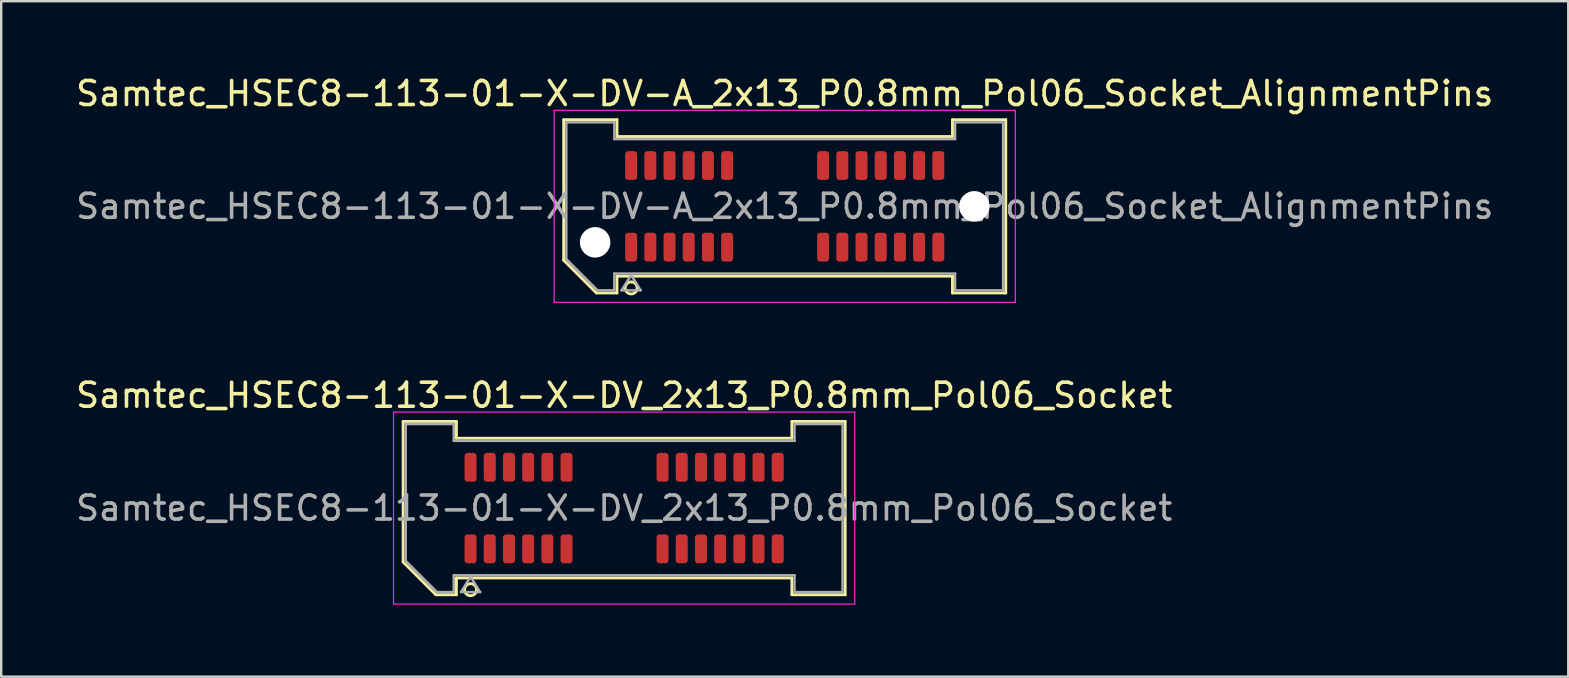
<source format=kicad_pcb>
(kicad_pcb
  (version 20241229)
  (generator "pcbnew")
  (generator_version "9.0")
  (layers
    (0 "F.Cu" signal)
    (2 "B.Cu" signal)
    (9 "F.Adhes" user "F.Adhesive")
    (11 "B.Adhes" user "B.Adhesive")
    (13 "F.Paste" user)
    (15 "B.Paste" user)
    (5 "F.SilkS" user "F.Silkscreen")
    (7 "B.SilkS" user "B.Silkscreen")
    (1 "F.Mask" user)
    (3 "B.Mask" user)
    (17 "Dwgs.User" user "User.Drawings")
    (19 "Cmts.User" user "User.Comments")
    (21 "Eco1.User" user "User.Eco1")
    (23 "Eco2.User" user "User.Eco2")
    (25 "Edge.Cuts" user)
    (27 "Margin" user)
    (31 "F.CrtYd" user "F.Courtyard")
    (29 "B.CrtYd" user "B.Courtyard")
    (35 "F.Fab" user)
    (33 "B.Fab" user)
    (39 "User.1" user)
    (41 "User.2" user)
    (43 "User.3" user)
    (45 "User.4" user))
  (footprint "Samtec_HSEC8-113-01-X-DV-A_2x13_P0.8mm_Pol06_Socket_AlignmentPins"
    (layer "F.Cu")
    (at 29.649 5.548)
    (property "Reference" "Samtec_HSEC8-113-01-X-DV-A_2x13_P0.8mm_Pol06_Socket_AlignmentPins" (at 0 -4.7 0) (layer "F.SilkS") (effects (font (size 1 1) (thickness 0.15))))
    (attr smd)
    (fp_line (start -9.21 -3.61) (end -6.99 -3.61) (stroke (width 0.12) (type solid)) (layer "F.SilkS"))
    (fp_line (start -9.21 2.246) (end -9.21 -3.61) (stroke (width 0.12) (type solid)) (layer "F.SilkS"))
    (fp_line (start -7.846 3.61) (end -9.21 2.246) (stroke (width 0.12) (type solid)) (layer "F.SilkS"))
    (fp_line (start -6.99 -3.61) (end -6.99 -2.91) (stroke (width 0.12) (type solid)) (layer "F.SilkS"))
    (fp_line (start -6.99 -2.91) (end 6.99 -2.91) (stroke (width 0.12) (type solid)) (layer "F.SilkS"))
    (fp_line (start -6.99 2.91) (end -6.99 3.61) (stroke (width 0.12) (type solid)) (layer "F.SilkS"))
    (fp_line (start -6.99 3.61) (end -7.846 3.61) (stroke (width 0.12) (type solid)) (layer "F.SilkS"))
    (fp_line (start 6.99 -3.61) (end 9.21 -3.61) (stroke (width 0.12) (type solid)) (layer "F.SilkS"))
    (fp_line (start 6.99 -2.91) (end 6.99 -3.61) (stroke (width 0.12) (type solid)) (layer "F.SilkS"))
    (fp_line (start 6.99 2.91) (end -6.99 2.91) (stroke (width 0.12) (type solid)) (layer "F.SilkS"))
    (fp_line (start 6.99 3.61) (end 6.99 2.91) (stroke (width 0.12) (type solid)) (layer "F.SilkS"))
    (fp_line (start 9.21 -3.61) (end 9.21 3.61) (stroke (width 0.12) (type solid)) (layer "F.SilkS"))
    (fp_line (start 9.21 3.61) (end 6.99 3.61) (stroke (width 0.12) (type solid)) (layer "F.SilkS"))
    (fp_circle (center -6.4 3.4) (end -6.15 3.4) (stroke (width 0.12) (type solid)) (fill no) (layer "F.SilkS"))
    (fp_line (start -9.61 -4) (end -9.61 4) (stroke (width 0.05) (type solid)) (layer "F.CrtYd"))
    (fp_line (start -9.61 4) (end 9.61 4) (stroke (width 0.05) (type solid)) (layer "F.CrtYd"))
    (fp_line (start 9.61 -4) (end -9.61 -4) (stroke (width 0.05) (type solid)) (layer "F.CrtYd"))
    (fp_line (start 9.61 4) (end 9.61 -4) (stroke (width 0.05) (type solid)) (layer "F.CrtYd"))
    (fp_line (start -9.1 -3.5) (end -7.1 -3.5) (stroke (width 0.1) (type solid)) (layer "F.Fab"))
    (fp_line (start -9.1 2.2) (end -9.1 -3.5) (stroke (width 0.1) (type solid)) (layer "F.Fab"))
    (fp_line (start -7.8 3.5) (end -9.1 2.2) (stroke (width 0.1) (type solid)) (layer "F.Fab"))
    (fp_line (start -7.1 -3.5) (end -7.1 -2.8) (stroke (width 0.1) (type solid)) (layer "F.Fab"))
    (fp_line (start -7.1 -2.8) (end 7.1 -2.8) (stroke (width 0.1) (type solid)) (layer "F.Fab"))
    (fp_line (start -7.1 2.8) (end -7.1 3.5) (stroke (width 0.1) (type solid)) (layer "F.Fab"))
    (fp_line (start -7.1 3.5) (end -7.8 3.5) (stroke (width 0.1) (type solid)) (layer "F.Fab"))
    (fp_line (start -6.8 3.5) (end -6.4 2.86) (stroke (width 0.1) (type solid)) (layer "F.Fab"))
    (fp_line (start -6.4 2.86) (end -6 3.5) (stroke (width 0.1) (type solid)) (layer "F.Fab"))
    (fp_line (start -6 3.5) (end -6.8 3.5) (stroke (width 0.1) (type solid)) (layer "F.Fab"))
    (fp_line (start 7.1 -3.5) (end 9.1 -3.5) (stroke (width 0.1) (type solid)) (layer "F.Fab"))
    (fp_line (start 7.1 -2.8) (end 7.1 -3.5) (stroke (width 0.1) (type solid)) (layer "F.Fab"))
    (fp_line (start 7.1 2.8) (end -7.1 2.8) (stroke (width 0.1) (type solid)) (layer "F.Fab"))
    (fp_line (start 7.1 3.5) (end 7.1 2.8) (stroke (width 0.1) (type solid)) (layer "F.Fab"))
    (fp_line (start 9.1 -3.5) (end 9.1 3.5) (stroke (width 0.1) (type solid)) (layer "F.Fab"))
    (fp_line (start 9.1 3.5) (end 7.1 3.5) (stroke (width 0.1) (type solid)) (layer "F.Fab"))
    (fp_text user "${REFERENCE}" (at 0 0 0) (layer "F.Fab") (effects (font (size 1 1) (thickness 0.15))))
    (pad "" np_thru_hole circle (at -7.9 1.5) (size 1.27 1.27) (drill 1.27) (layers "*.Cu" "*.Mask"))
    (pad "" np_thru_hole circle (at 7.9 0) (size 1.27 1.27) (drill 1.27) (layers "*.Cu" "*.Mask"))
    (pad "1" smd roundrect (at -6.4 1.7) (size 0.5 1.2) (layers "F.Cu" "F.Mask" "F.Paste") (roundrect_rratio 0.25))
    (pad "2" smd roundrect (at -6.4 -1.7) (size 0.5 1.2) (layers "F.Cu" "F.Mask" "F.Paste") (roundrect_rratio 0.25))
    (pad "3" smd roundrect (at -5.6 1.7) (size 0.5 1.2) (layers "F.Cu" "F.Mask" "F.Paste") (roundrect_rratio 0.25))
    (pad "4" smd roundrect (at -5.6 -1.7) (size 0.5 1.2) (layers "F.Cu" "F.Mask" "F.Paste") (roundrect_rratio 0.25))
    (pad "5" smd roundrect (at -4.8 1.7) (size 0.5 1.2) (layers "F.Cu" "F.Mask" "F.Paste") (roundrect_rratio 0.25))
    (pad "6" smd roundrect (at -4.8 -1.7) (size 0.5 1.2) (layers "F.Cu" "F.Mask" "F.Paste") (roundrect_rratio 0.25))
    (pad "7" smd roundrect (at -4 1.7) (size 0.5 1.2) (layers "F.Cu" "F.Mask" "F.Paste") (roundrect_rratio 0.25))
    (pad "8" smd roundrect (at -4 -1.7) (size 0.5 1.2) (layers "F.Cu" "F.Mask" "F.Paste") (roundrect_rratio 0.25))
    (pad "9" smd roundrect (at -3.2 1.7) (size 0.5 1.2) (layers "F.Cu" "F.Mask" "F.Paste") (roundrect_rratio 0.25))
    (pad "10" smd roundrect (at -3.2 -1.7) (size 0.5 1.2) (layers "F.Cu" "F.Mask" "F.Paste") (roundrect_rratio 0.25))
    (pad "11" smd roundrect (at -2.4 1.7) (size 0.5 1.2) (layers "F.Cu" "F.Mask" "F.Paste") (roundrect_rratio 0.25))
    (pad "12" smd roundrect (at -2.4 -1.7) (size 0.5 1.2) (layers "F.Cu" "F.Mask" "F.Paste") (roundrect_rratio 0.25))
    (pad "13" smd roundrect (at 1.6 1.7) (size 0.5 1.2) (layers "F.Cu" "F.Mask" "F.Paste") (roundrect_rratio 0.25))
    (pad "14" smd roundrect (at 1.6 -1.7) (size 0.5 1.2) (layers "F.Cu" "F.Mask" "F.Paste") (roundrect_rratio 0.25))
    (pad "15" smd roundrect (at 2.4 1.7) (size 0.5 1.2) (layers "F.Cu" "F.Mask" "F.Paste") (roundrect_rratio 0.25))
    (pad "16" smd roundrect (at 2.4 -1.7) (size 0.5 1.2) (layers "F.Cu" "F.Mask" "F.Paste") (roundrect_rratio 0.25))
    (pad "17" smd roundrect (at 3.2 1.7) (size 0.5 1.2) (layers "F.Cu" "F.Mask" "F.Paste") (roundrect_rratio 0.25))
    (pad "18" smd roundrect (at 3.2 -1.7) (size 0.5 1.2) (layers "F.Cu" "F.Mask" "F.Paste") (roundrect_rratio 0.25))
    (pad "19" smd roundrect (at 4 1.7) (size 0.5 1.2) (layers "F.Cu" "F.Mask" "F.Paste") (roundrect_rratio 0.25))
    (pad "20" smd roundrect (at 4 -1.7) (size 0.5 1.2) (layers "F.Cu" "F.Mask" "F.Paste") (roundrect_rratio 0.25))
    (pad "21" smd roundrect (at 4.8 1.7) (size 0.5 1.2) (layers "F.Cu" "F.Mask" "F.Paste") (roundrect_rratio 0.25))
    (pad "22" smd roundrect (at 4.8 -1.7) (size 0.5 1.2) (layers "F.Cu" "F.Mask" "F.Paste") (roundrect_rratio 0.25))
    (pad "23" smd roundrect (at 5.6 1.7) (size 0.5 1.2) (layers "F.Cu" "F.Mask" "F.Paste") (roundrect_rratio 0.25))
    (pad "24" smd roundrect (at 5.6 -1.7) (size 0.5 1.2) (layers "F.Cu" "F.Mask" "F.Paste") (roundrect_rratio 0.25))
    (pad "25" smd roundrect (at 6.4 1.7) (size 0.5 1.2) (layers "F.Cu" "F.Mask" "F.Paste") (roundrect_rratio 0.25))
    (pad "26" smd roundrect (at 6.4 -1.7) (size 0.5 1.2) (layers "F.Cu" "F.Mask" "F.Paste") (roundrect_rratio 0.25)))
  (footprint "Samtec_HSEC8-113-01-X-DV_2x13_P0.8mm_Pol06_Socket"
    (layer "F.Cu")
    (at 22.958 18.122)
    (property "Reference" "Samtec_HSEC8-113-01-X-DV_2x13_P0.8mm_Pol06_Socket" (at 0 -4.7 0) (layer "F.SilkS") (effects (font (size 1 1) (thickness 0.15))))
    (attr smd)
    (fp_line (start -9.21 -3.61) (end -6.99 -3.61) (stroke (width 0.12) (type solid)) (layer "F.SilkS"))
    (fp_line (start -9.21 2.246) (end -9.21 -3.61) (stroke (width 0.12) (type solid)) (layer "F.SilkS"))
    (fp_line (start -7.846 3.61) (end -9.21 2.246) (stroke (width 0.12) (type solid)) (layer "F.SilkS"))
    (fp_line (start -6.99 -3.61) (end -6.99 -2.91) (stroke (width 0.12) (type solid)) (layer "F.SilkS"))
    (fp_line (start -6.99 -2.91) (end 6.99 -2.91) (stroke (width 0.12) (type solid)) (layer "F.SilkS"))
    (fp_line (start -6.99 2.91) (end -6.99 3.61) (stroke (width 0.12) (type solid)) (layer "F.SilkS"))
    (fp_line (start -6.99 3.61) (end -7.846 3.61) (stroke (width 0.12) (type solid)) (layer "F.SilkS"))
    (fp_line (start 6.99 -3.61) (end 9.21 -3.61) (stroke (width 0.12) (type solid)) (layer "F.SilkS"))
    (fp_line (start 6.99 -2.91) (end 6.99 -3.61) (stroke (width 0.12) (type solid)) (layer "F.SilkS"))
    (fp_line (start 6.99 2.91) (end -6.99 2.91) (stroke (width 0.12) (type solid)) (layer "F.SilkS"))
    (fp_line (start 6.99 3.61) (end 6.99 2.91) (stroke (width 0.12) (type solid)) (layer "F.SilkS"))
    (fp_line (start 9.21 -3.61) (end 9.21 3.61) (stroke (width 0.12) (type solid)) (layer "F.SilkS"))
    (fp_line (start 9.21 3.61) (end 6.99 3.61) (stroke (width 0.12) (type solid)) (layer "F.SilkS"))
    (fp_circle (center -6.4 3.4) (end -6.15 3.4) (stroke (width 0.12) (type solid)) (fill no) (layer "F.SilkS"))
    (fp_line (start -9.61 -4) (end -9.61 4) (stroke (width 0.05) (type solid)) (layer "F.CrtYd"))
    (fp_line (start -9.61 4) (end 9.61 4) (stroke (width 0.05) (type solid)) (layer "F.CrtYd"))
    (fp_line (start 9.61 -4) (end -9.61 -4) (stroke (width 0.05) (type solid)) (layer "F.CrtYd"))
    (fp_line (start 9.61 4) (end 9.61 -4) (stroke (width 0.05) (type solid)) (layer "F.CrtYd"))
    (fp_line (start -9.1 -3.5) (end -7.1 -3.5) (stroke (width 0.1) (type solid)) (layer "F.Fab"))
    (fp_line (start -9.1 2.2) (end -9.1 -3.5) (stroke (width 0.1) (type solid)) (layer "F.Fab"))
    (fp_line (start -7.8 3.5) (end -9.1 2.2) (stroke (width 0.1) (type solid)) (layer "F.Fab"))
    (fp_line (start -7.1 -3.5) (end -7.1 -2.8) (stroke (width 0.1) (type solid)) (layer "F.Fab"))
    (fp_line (start -7.1 -2.8) (end 7.1 -2.8) (stroke (width 0.1) (type solid)) (layer "F.Fab"))
    (fp_line (start -7.1 2.8) (end -7.1 3.5) (stroke (width 0.1) (type solid)) (layer "F.Fab"))
    (fp_line (start -7.1 3.5) (end -7.8 3.5) (stroke (width 0.1) (type solid)) (layer "F.Fab"))
    (fp_line (start -6.8 3.5) (end -6.4 2.86) (stroke (width 0.1) (type solid)) (layer "F.Fab"))
    (fp_line (start -6.4 2.86) (end -6 3.5) (stroke (width 0.1) (type solid)) (layer "F.Fab"))
    (fp_line (start -6 3.5) (end -6.8 3.5) (stroke (width 0.1) (type solid)) (layer "F.Fab"))
    (fp_line (start 7.1 -3.5) (end 9.1 -3.5) (stroke (width 0.1) (type solid)) (layer "F.Fab"))
    (fp_line (start 7.1 -2.8) (end 7.1 -3.5) (stroke (width 0.1) (type solid)) (layer "F.Fab"))
    (fp_line (start 7.1 2.8) (end -7.1 2.8) (stroke (width 0.1) (type solid)) (layer "F.Fab"))
    (fp_line (start 7.1 3.5) (end 7.1 2.8) (stroke (width 0.1) (type solid)) (layer "F.Fab"))
    (fp_line (start 9.1 -3.5) (end 9.1 3.5) (stroke (width 0.1) (type solid)) (layer "F.Fab"))
    (fp_line (start 9.1 3.5) (end 7.1 3.5) (stroke (width 0.1) (type solid)) (layer "F.Fab"))
    (fp_text user "${REFERENCE}" (at 0 0 0) (layer "F.Fab") (effects (font (size 1 1) (thickness 0.15))))
    (pad "1" smd roundrect (at -6.4 1.7) (size 0.5 1.2) (layers "F.Cu" "F.Mask" "F.Paste") (roundrect_rratio 0.25))
    (pad "2" smd roundrect (at -6.4 -1.7) (size 0.5 1.2) (layers "F.Cu" "F.Mask" "F.Paste") (roundrect_rratio 0.25))
    (pad "3" smd roundrect (at -5.6 1.7) (size 0.5 1.2) (layers "F.Cu" "F.Mask" "F.Paste") (roundrect_rratio 0.25))
    (pad "4" smd roundrect (at -5.6 -1.7) (size 0.5 1.2) (layers "F.Cu" "F.Mask" "F.Paste") (roundrect_rratio 0.25))
    (pad "5" smd roundrect (at -4.8 1.7) (size 0.5 1.2) (layers "F.Cu" "F.Mask" "F.Paste") (roundrect_rratio 0.25))
    (pad "6" smd roundrect (at -4.8 -1.7) (size 0.5 1.2) (layers "F.Cu" "F.Mask" "F.Paste") (roundrect_rratio 0.25))
    (pad "7" smd roundrect (at -4 1.7) (size 0.5 1.2) (layers "F.Cu" "F.Mask" "F.Paste") (roundrect_rratio 0.25))
    (pad "8" smd roundrect (at -4 -1.7) (size 0.5 1.2) (layers "F.Cu" "F.Mask" "F.Paste") (roundrect_rratio 0.25))
    (pad "9" smd roundrect (at -3.2 1.7) (size 0.5 1.2) (layers "F.Cu" "F.Mask" "F.Paste") (roundrect_rratio 0.25))
    (pad "10" smd roundrect (at -3.2 -1.7) (size 0.5 1.2) (layers "F.Cu" "F.Mask" "F.Paste") (roundrect_rratio 0.25))
    (pad "11" smd roundrect (at -2.4 1.7) (size 0.5 1.2) (layers "F.Cu" "F.Mask" "F.Paste") (roundrect_rratio 0.25))
    (pad "12" smd roundrect (at -2.4 -1.7) (size 0.5 1.2) (layers "F.Cu" "F.Mask" "F.Paste") (roundrect_rratio 0.25))
    (pad "13" smd roundrect (at 1.6 1.7) (size 0.5 1.2) (layers "F.Cu" "F.Mask" "F.Paste") (roundrect_rratio 0.25))
    (pad "14" smd roundrect (at 1.6 -1.7) (size 0.5 1.2) (layers "F.Cu" "F.Mask" "F.Paste") (roundrect_rratio 0.25))
    (pad "15" smd roundrect (at 2.4 1.7) (size 0.5 1.2) (layers "F.Cu" "F.Mask" "F.Paste") (roundrect_rratio 0.25))
    (pad "16" smd roundrect (at 2.4 -1.7) (size 0.5 1.2) (layers "F.Cu" "F.Mask" "F.Paste") (roundrect_rratio 0.25))
    (pad "17" smd roundrect (at 3.2 1.7) (size 0.5 1.2) (layers "F.Cu" "F.Mask" "F.Paste") (roundrect_rratio 0.25))
    (pad "18" smd roundrect (at 3.2 -1.7) (size 0.5 1.2) (layers "F.Cu" "F.Mask" "F.Paste") (roundrect_rratio 0.25))
    (pad "19" smd roundrect (at 4 1.7) (size 0.5 1.2) (layers "F.Cu" "F.Mask" "F.Paste") (roundrect_rratio 0.25))
    (pad "20" smd roundrect (at 4 -1.7) (size 0.5 1.2) (layers "F.Cu" "F.Mask" "F.Paste") (roundrect_rratio 0.25))
    (pad "21" smd roundrect (at 4.8 1.7) (size 0.5 1.2) (layers "F.Cu" "F.Mask" "F.Paste") (roundrect_rratio 0.25))
    (pad "22" smd roundrect (at 4.8 -1.7) (size 0.5 1.2) (layers "F.Cu" "F.Mask" "F.Paste") (roundrect_rratio 0.25))
    (pad "23" smd roundrect (at 5.6 1.7) (size 0.5 1.2) (layers "F.Cu" "F.Mask" "F.Paste") (roundrect_rratio 0.25))
    (pad "24" smd roundrect (at 5.6 -1.7) (size 0.5 1.2) (layers "F.Cu" "F.Mask" "F.Paste") (roundrect_rratio 0.25))
    (pad "25" smd roundrect (at 6.4 1.7) (size 0.5 1.2) (layers "F.Cu" "F.Mask" "F.Paste") (roundrect_rratio 0.25))
    (pad "26" smd roundrect (at 6.4 -1.7) (size 0.5 1.2) (layers "F.Cu" "F.Mask" "F.Paste") (roundrect_rratio 0.25)))
  (gr_rect
    (start -3 -3)
    (end 62.298 25.146)
    (stroke (width 0.1) (type default))
    (fill no)
    (layer "Edge.Cuts")))
</source>
